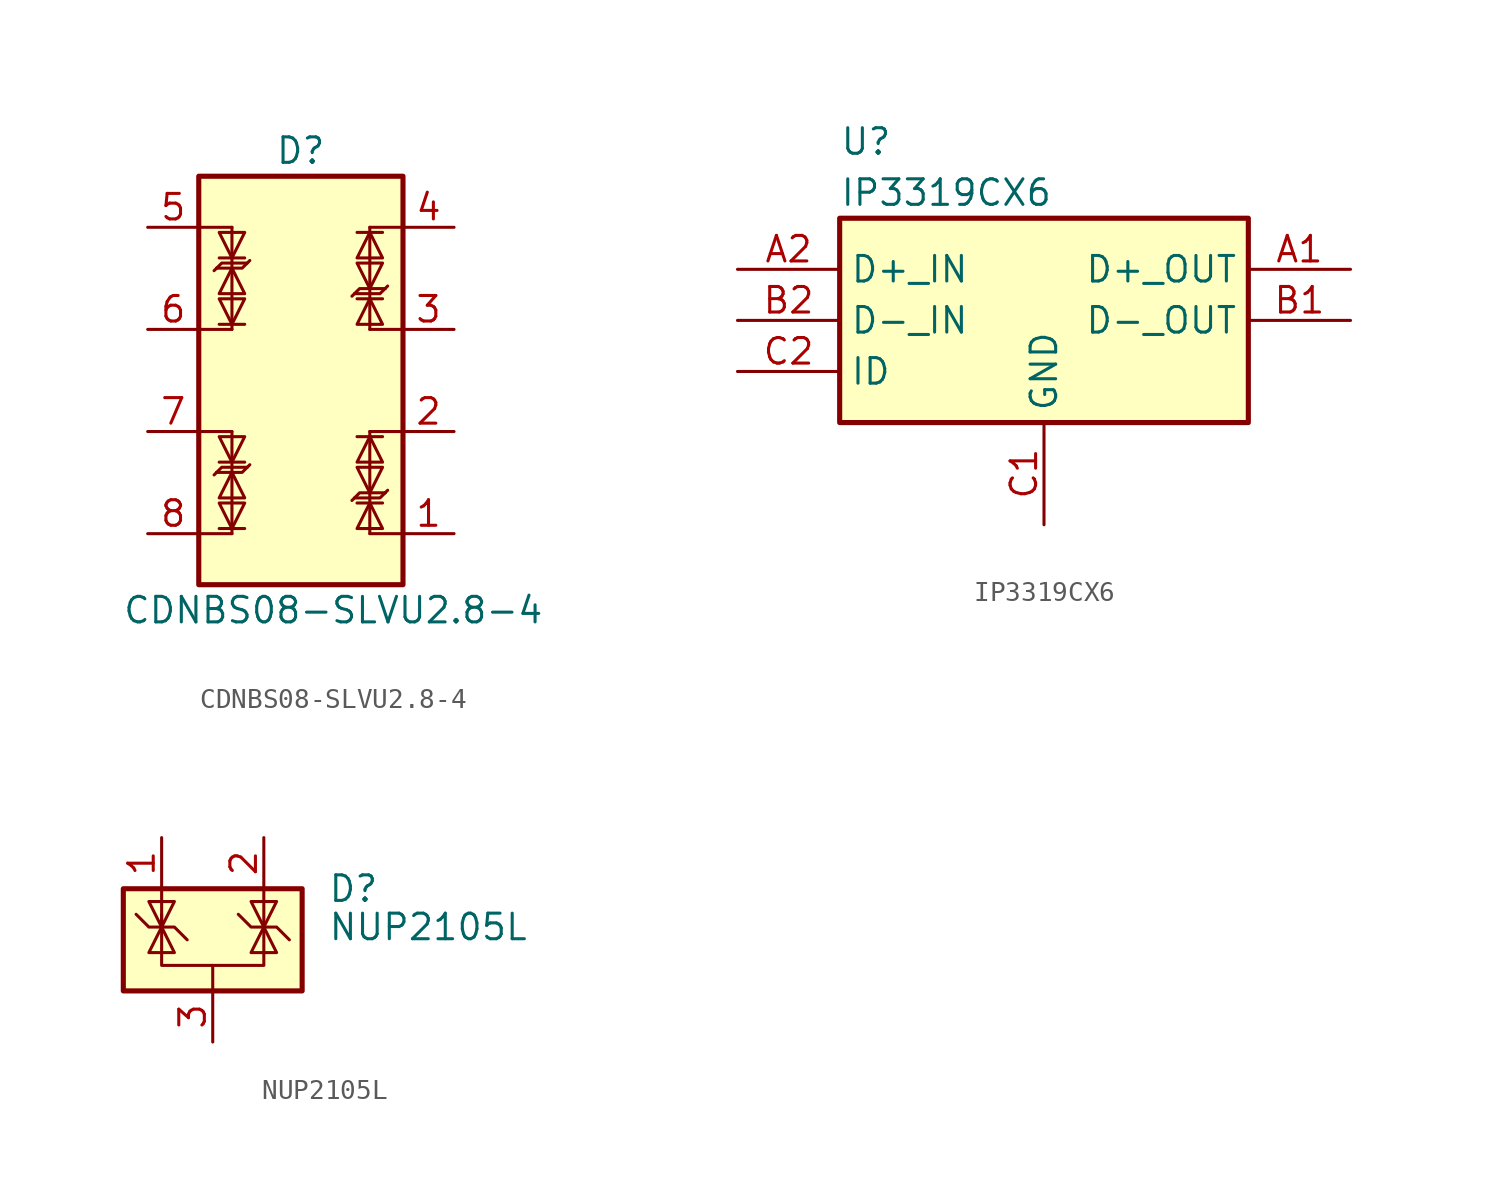
<source format=kicad_sym>
(kicad_symbol_lib
  (version 20211014)
  (generator kicad_symbol_editor)
  (symbol "CDNBS08-SLVU2.8-4"
    (pin_names hide)
    (property "Reference" "D"
      (at 1.27 11.43 0)
      (effects (font (size 1.27 1.27)) (justify right)))
    (property "Value" "CDNBS08-SLVU2.8-4"
      (at -8.89 -11.43 0)
      (effects (font (size 1.27 1.27)) (justify left)))
    (symbol "CDNBS08-SLVU2.8-4_0_1"
      (rectangle (start -5.08 10.16) (end 5.08 -10.16) (stroke (width 0.254) (type default) (color 0 0 0 0)) (fill (type background)))
      (polyline (pts (xy -5.08 -7.62) (xy -3.429 -7.62)) (stroke (width 0) (type default) (color 0 0 0 0)) (fill (type none)))
      (polyline (pts (xy -5.08 -2.54) (xy -3.429 -2.54)) (stroke (width 0) (type default) (color 0 0 0 0)) (fill (type none)))
      (polyline (pts (xy -5.08 2.54) (xy -3.429 2.54)) (stroke (width 0) (type default) (color 0 0 0 0)) (fill (type none)))
      (polyline (pts (xy -5.08 7.62) (xy -3.429 7.62)) (stroke (width 0) (type default) (color 0 0 0 0)) (fill (type none)))
      (polyline (pts (xy -4.318 -4.699) (xy -4.191 -4.572)) (stroke (width 0) (type default) (color 0 0 0 0)) (fill (type none)))
      (polyline (pts (xy -4.318 5.461) (xy -4.191 5.588)) (stroke (width 0) (type default) (color 0 0 0 0)) (fill (type none)))
      (polyline (pts (xy -4.064 -7.366) (xy -2.794 -7.366)) (stroke (width 0) (type default) (color 0 0 0 0)) (fill (type none)))
      (polyline (pts (xy -4.064 -4.064) (xy -2.794 -4.064)) (stroke (width 0) (type default) (color 0 0 0 0)) (fill (type none)))
      (polyline (pts (xy -4.064 2.794) (xy -2.794 2.794)) (stroke (width 0) (type default) (color 0 0 0 0)) (fill (type none)))
      (polyline (pts (xy -4.064 6.096) (xy -2.794 6.096)) (stroke (width 0) (type default) (color 0 0 0 0)) (fill (type none)))
      (polyline (pts (xy -3.429 -7.62) (xy -3.429 -2.54)) (stroke (width 0) (type default) (color 0 0 0 0)) (fill (type none)))
      (polyline (pts (xy -3.429 2.54) (xy -3.429 7.62)) (stroke (width 0) (type default) (color 0 0 0 0)) (fill (type none)))
      (polyline (pts (xy 3.429 -2.54) (xy 3.429 -7.62)) (stroke (width 0) (type default) (color 0 0 0 0)) (fill (type none)))
      (polyline (pts (xy 3.429 7.62) (xy 3.429 2.54)) (stroke (width 0) (type default) (color 0 0 0 0)) (fill (type none)))
      (polyline (pts (xy 4.064 -6.096) (xy 2.794 -6.096)) (stroke (width 0) (type default) (color 0 0 0 0)) (fill (type none)))
      (polyline (pts (xy 4.064 -2.794) (xy 2.794 -2.794)) (stroke (width 0) (type default) (color 0 0 0 0)) (fill (type none)))
      (polyline (pts (xy 4.064 4.064) (xy 2.794 4.064)) (stroke (width 0) (type default) (color 0 0 0 0)) (fill (type none)))
      (polyline (pts (xy 4.064 7.366) (xy 2.794 7.366)) (stroke (width 0) (type default) (color 0 0 0 0)) (fill (type none)))
      (polyline (pts (xy 4.318 -5.461) (xy 4.191 -5.588)) (stroke (width 0) (type default) (color 0 0 0 0)) (fill (type none)))
      (polyline (pts (xy 4.318 4.699) (xy 4.191 4.572)) (stroke (width 0) (type default) (color 0 0 0 0)) (fill (type none)))
      (polyline (pts (xy 5.08 -7.62) (xy 3.429 -7.62)) (stroke (width 0) (type default) (color 0 0 0 0)) (fill (type none)))
      (polyline (pts (xy 5.08 -2.54) (xy 3.429 -2.54)) (stroke (width 0) (type default) (color 0 0 0 0)) (fill (type none)))
      (polyline (pts (xy 5.08 2.54) (xy 3.429 2.54)) (stroke (width 0) (type default) (color 0 0 0 0)) (fill (type none)))
      (polyline (pts (xy 5.08 7.62) (xy 3.429 7.62)) (stroke (width 0) (type default) (color 0 0 0 0)) (fill (type none)))
      (polyline (pts (xy -4.191 -4.572) (xy -3.937 -4.318) (xy -2.667 -4.318)) (stroke (width 0) (type default) (color 0 0 0 0)) (fill (type none)))
      (polyline (pts (xy -4.191 -4.572) (xy -2.921 -4.572) (xy -2.54 -4.191)) (stroke (width 0) (type default) (color 0 0 0 0)) (fill (type none)))
      (polyline (pts (xy -4.191 5.588) (xy -3.937 5.842) (xy -2.667 5.842)) (stroke (width 0) (type default) (color 0 0 0 0)) (fill (type none)))
      (polyline (pts (xy -4.191 5.588) (xy -2.921 5.588) (xy -2.54 5.969)) (stroke (width 0) (type default) (color 0 0 0 0)) (fill (type none)))
      (polyline (pts (xy 4.191 -5.588) (xy 2.921 -5.588) (xy 2.54 -5.969)) (stroke (width 0) (type default) (color 0 0 0 0)) (fill (type none)))
      (polyline (pts (xy 4.191 -5.588) (xy 3.937 -5.842) (xy 2.667 -5.842)) (stroke (width 0) (type default) (color 0 0 0 0)) (fill (type none)))
      (polyline (pts (xy 4.191 4.572) (xy 2.921 4.572) (xy 2.54 4.191)) (stroke (width 0) (type default) (color 0 0 0 0)) (fill (type none)))
      (polyline (pts (xy 4.191 4.572) (xy 3.937 4.318) (xy 2.667 4.318)) (stroke (width 0) (type default) (color 0 0 0 0)) (fill (type none)))
      (polyline (pts (xy -3.429 -7.366) (xy -4.064 -6.096) (xy -2.794 -6.096) (xy -3.429 -7.366)) (stroke (width 0) (type default) (color 0 0 0 0)) (fill (type none)))
      (polyline (pts (xy -3.429 -4.572) (xy -2.794 -5.842) (xy -4.064 -5.842) (xy -3.429 -4.572)) (stroke (width 0) (type default) (color 0 0 0 0)) (fill (type none)))
      (polyline (pts (xy -3.429 -4.064) (xy -4.064 -2.794) (xy -2.794 -2.794) (xy -3.429 -4.064)) (stroke (width 0) (type default) (color 0 0 0 0)) (fill (type none)))
      (polyline (pts (xy -3.429 2.794) (xy -4.064 4.064) (xy -2.794 4.064) (xy -3.429 2.794)) (stroke (width 0) (type default) (color 0 0 0 0)) (fill (type none)))
      (polyline (pts (xy -3.429 5.588) (xy -2.794 4.318) (xy -4.064 4.318) (xy -3.429 5.588)) (stroke (width 0) (type default) (color 0 0 0 0)) (fill (type none)))
      (polyline (pts (xy -3.429 6.096) (xy -4.064 7.366) (xy -2.794 7.366) (xy -3.429 6.096)) (stroke (width 0) (type default) (color 0 0 0 0)) (fill (type none)))
      (polyline (pts (xy 3.429 -6.096) (xy 4.064 -7.366) (xy 2.794 -7.366) (xy 3.429 -6.096)) (stroke (width 0) (type default) (color 0 0 0 0)) (fill (type none)))
      (polyline (pts (xy 3.429 -5.588) (xy 2.794 -4.318) (xy 4.064 -4.318) (xy 3.429 -5.588)) (stroke (width 0) (type default) (color 0 0 0 0)) (fill (type none)))
      (polyline (pts (xy 3.429 -2.794) (xy 4.064 -4.064) (xy 2.794 -4.064) (xy 3.429 -2.794)) (stroke (width 0) (type default) (color 0 0 0 0)) (fill (type none)))
      (polyline (pts (xy 3.429 4.064) (xy 4.064 2.794) (xy 2.794 2.794) (xy 3.429 4.064)) (stroke (width 0) (type default) (color 0 0 0 0)) (fill (type none)))
      (polyline (pts (xy 3.429 4.572) (xy 2.794 5.842) (xy 4.064 5.842) (xy 3.429 4.572)) (stroke (width 0) (type default) (color 0 0 0 0)) (fill (type none)))
      (polyline (pts (xy 3.429 7.366) (xy 4.064 6.096) (xy 2.794 6.096) (xy 3.429 7.366)) (stroke (width 0) (type default) (color 0 0 0 0)) (fill (type none))))
    (symbol "CDNBS08-SLVU2.8-4_1_1"
      (pin passive line (at 7.62 -7.62 180) (length 2.54) (name "TVS1" (effects (font (size 1.27 1.27)))) (number "1" (effects (font (size 1.27 1.27)))))
      (pin passive line (at 7.62 -2.54 180) (length 2.54) (name "TVS2" (effects (font (size 1.27 1.27)))) (number "2" (effects (font (size 1.27 1.27)))))
      (pin passive line (at 7.62 2.54 180) (length 2.54) (name "TVS1" (effects (font (size 1.27 1.27)))) (number "3" (effects (font (size 1.27 1.27)))))
      (pin passive line (at 7.62 7.62 180) (length 2.54) (name "TVS2" (effects (font (size 1.27 1.27)))) (number "4" (effects (font (size 1.27 1.27)))))
      (pin passive line (at -7.62 7.62 0) (length 2.54) (name "TVS1" (effects (font (size 1.27 1.27)))) (number "5" (effects (font (size 1.27 1.27)))))
      (pin passive line (at -7.62 2.54 0) (length 2.54) (name "TVS2" (effects (font (size 1.27 1.27)))) (number "6" (effects (font (size 1.27 1.27)))))
      (pin passive line (at -7.62 -2.54 0) (length 2.54) (name "TVS1" (effects (font (size 1.27 1.27)))) (number "7" (effects (font (size 1.27 1.27)))))
      (pin passive line (at -7.62 -7.62 0) (length 2.54) (name "TVS2" (effects (font (size 1.27 1.27)))) (number "8" (effects (font (size 1.27 1.27)))))))
  (symbol "IP3319CX6"
    (property "Reference" "U"
      (at -10.16 8.89 0)
      (effects (font (size 1.27 1.27)) (justify left)))
    (property "Value" "IP3319CX6"
      (at -10.16 6.35 0)
      (effects (font (size 1.27 1.27)) (justify left)))
    (symbol "IP3319CX6_0_1"
      (rectangle (start -10.16 5.08) (end 10.16 -5.08) (stroke (width 0.254) (type default) (color 0 0 0 0)) (fill (type background))))
    (symbol "IP3319CX6_1_1"
      (pin passive line (at 15.24 2.54 180) (length 5.08) (name "D+_OUT" (effects (font (size 1.27 1.27)))) (number "A1" (effects (font (size 1.27 1.27)))))
      (pin passive line (at -15.24 2.54 0) (length 5.08) (name "D+_IN" (effects (font (size 1.27 1.27)))) (number "A2" (effects (font (size 1.27 1.27)))))
      (pin passive line (at 15.24 0 180) (length 5.08) (name "D-_OUT" (effects (font (size 1.27 1.27)))) (number "B1" (effects (font (size 1.27 1.27)))))
      (pin passive line (at -15.24 0 0) (length 5.08) (name "D-_IN" (effects (font (size 1.27 1.27)))) (number "B2" (effects (font (size 1.27 1.27)))))
      (pin power_in line (at 0 -10.16 90) (length 5.08) (name "GND" (effects (font (size 1.27 1.27)))) (number "C1" (effects (font (size 1.27 1.27)))))
      (pin passive line (at -15.24 -2.54 0) (length 5.08) (name "ID" (effects (font (size 1.27 1.27)))) (number "C2" (effects (font (size 1.27 1.27)))))))
  (symbol "NUP2105L"
    (pin_names hide)
    (property "Reference" "D"
      (at 5.715 2.54 0)
      (effects (font (size 1.27 1.27)) (justify left)))
    (property "Value" "NUP2105L"
      (at 5.715 0.635 0)
      (effects (font (size 1.27 1.27)) (justify left)))
    (symbol "NUP2105L_0_0"
      (pin passive line (at 0 -5.08 90) (length 2.54) (name "A" (effects (font (size 1.27 1.27)))) (number "3" (effects (font (size 1.27 1.27))))))
    (symbol "NUP2105L_0_1"
      (rectangle (start -4.445 2.54) (end 4.445 -2.54) (stroke (width 0.254) (type default) (color 0 0 0 0)) (fill (type background)))
      (polyline (pts (xy -2.54 2.54) (xy -2.54 0.635)) (stroke (width 0) (type default) (color 0 0 0 0)) (fill (type none)))
      (polyline (pts (xy 0 -1.27) (xy 0 -2.54)) (stroke (width 0) (type default) (color 0 0 0 0)) (fill (type none)))
      (polyline (pts (xy 2.54 2.54) (xy 2.54 0.635)) (stroke (width 0) (type default) (color 0 0 0 0)) (fill (type none)))
      (polyline (pts (xy -3.81 1.27) (xy -3.175 0.635) (xy -1.905 0.635) (xy -1.27 0)) (stroke (width 0) (type default) (color 0 0 0 0)) (fill (type none)))
      (polyline (pts (xy -2.54 0.635) (xy -2.54 -1.27) (xy 2.54 -1.27) (xy 2.54 0.635)) (stroke (width 0) (type default) (color 0 0 0 0)) (fill (type none)))
      (polyline (pts (xy -2.54 0.635) (xy -1.905 -0.635) (xy -3.175 -0.635) (xy -2.54 0.635)) (stroke (width 0) (type default) (color 0 0 0 0)) (fill (type none)))
      (polyline (pts (xy 2.54 0.635) (xy 1.905 -0.635) (xy 3.175 -0.635) (xy 2.54 0.635)) (stroke (width 0) (type default) (color 0 0 0 0)) (fill (type none)))
      (polyline (pts (xy 2.54 0.635) (xy 3.175 1.905) (xy 1.905 1.905) (xy 2.54 0.635)) (stroke (width 0) (type default) (color 0 0 0 0)) (fill (type none)))
      (polyline (pts (xy -2.54 0.635) (xy -3.175 1.905) (xy -1.905 1.905) (xy -2.54 0.635) (xy -2.54 1.27)) (stroke (width 0) (type default) (color 0 0 0 0)) (fill (type none)))
      (polyline (pts (xy 1.27 1.27) (xy 1.905 0.635) (xy 2.54 0.635) (xy 3.175 0.635) (xy 3.81 0)) (stroke (width 0) (type default) (color 0 0 0 0)) (fill (type none))))
    (symbol "NUP2105L_1_1"
      (pin passive line (at -2.54 5.08 270) (length 2.54) (name "K" (effects (font (size 1.27 1.27)))) (number "1" (effects (font (size 1.27 1.27)))))
      (pin passive line (at 2.54 5.08 270) (length 2.54) (name "K" (effects (font (size 1.27 1.27)))) (number "2" (effects (font (size 1.27 1.27))))))))
</source>
